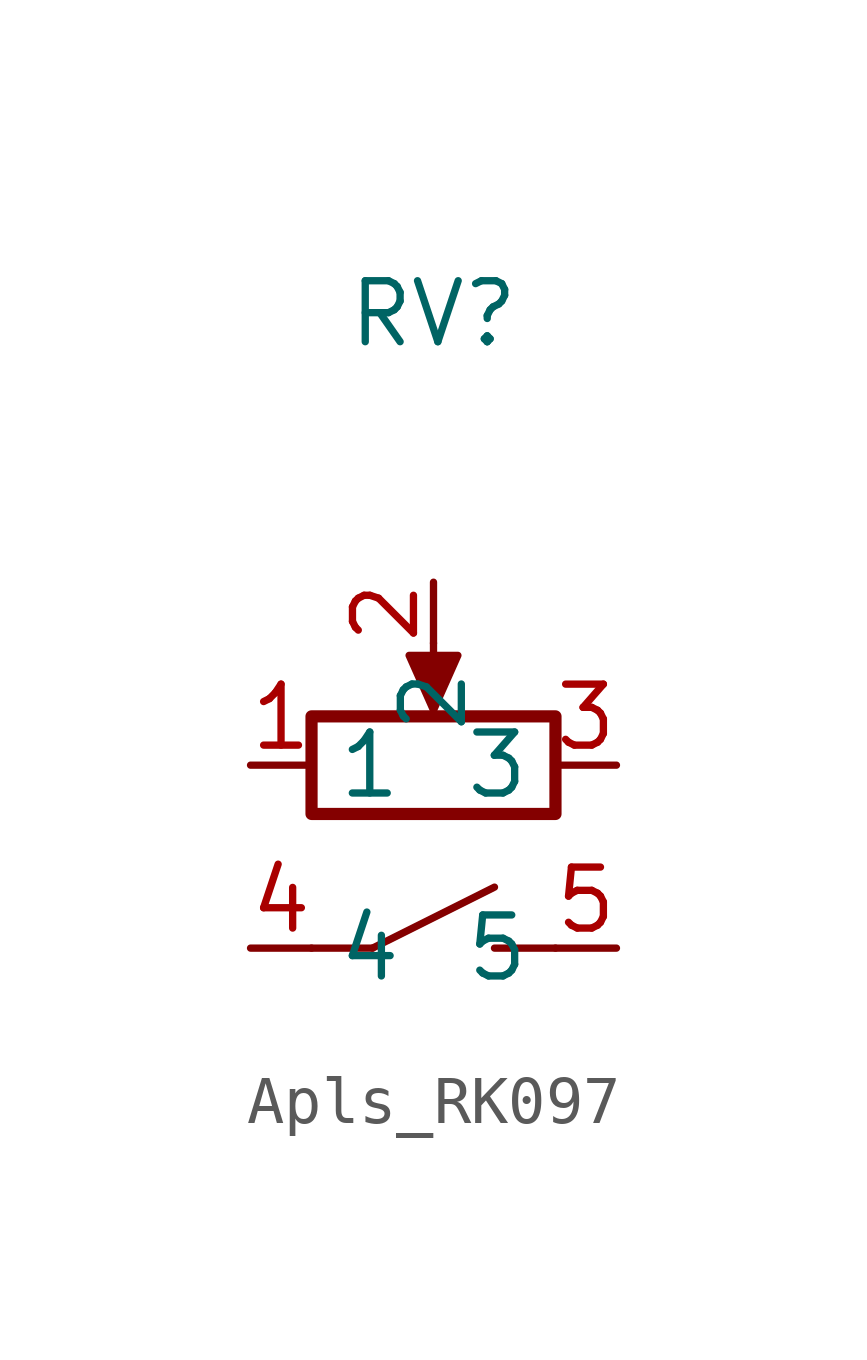
<source format=kicad_sym>
(kicad_symbol_lib
  (version 20231120)
  (generator "kicad_symbol_editor")
  (generator_version "8.0")
  (symbol "Apls_RK097"
    (property "Reference" "RV"
      (at 0 10.668 0)
      (effects (font (size 1.27 1.27))))
    (property "Value" ""
      (at 0 1.27 0)
      (effects (font (size 1.27 1.27))))
    (symbol "Apls_RK097_0_1"
      (rectangle (start -2.54 2.286) (end 2.54 0.254) (stroke (width 0.254) (type default)) (fill (type none)))
      (polyline (pts (xy -2.54 -2.54) (xy -1.27 -2.54)) (stroke (width 0) (type default)) (fill (type none)))
      (polyline (pts (xy -1.27 -2.54) (xy 1.27 -1.27)) (stroke (width 0) (type default)) (fill (type none)))
      (polyline (pts (xy 0 3.81) (xy 0 2.794)) (stroke (width 0) (type default)) (fill (type none)))
      (polyline (pts (xy 1.27 -2.54) (xy 2.54 -2.54)) (stroke (width 0) (type default)) (fill (type none)))
      (polyline (pts (xy 0 2.413) (xy -0.508 3.556) (xy 0.508 3.556) (xy 0 2.413)) (stroke (width 0) (type default)) (fill (type outline))))
    (symbol "Apls_RK097_1_1"
      (pin passive line (at -3.81 1.27 0) (length 1.27) (name "1" (effects (font (size 1.27 1.27)))) (number "1" (effects (font (size 1.27 1.27)))))
      (pin passive line (at 0 5.08 270) (length 1.27) (name "2" (effects (font (size 1.27 1.27)))) (number "2" (effects (font (size 1.27 1.27)))))
      (pin passive line (at 3.81 1.27 180) (length 1.27) (name "3" (effects (font (size 1.27 1.27)))) (number "3" (effects (font (size 1.27 1.27)))))
      (pin passive line (at -3.81 -2.54 0) (length 1.27) (name "4" (effects (font (size 1.27 1.27)))) (number "4" (effects (font (size 1.27 1.27)))))
      (pin passive line (at 3.81 -2.54 180) (length 1.27) (name "5" (effects (font (size 1.27 1.27)))) (number "5" (effects (font (size 1.27 1.27))))))))
</source>
